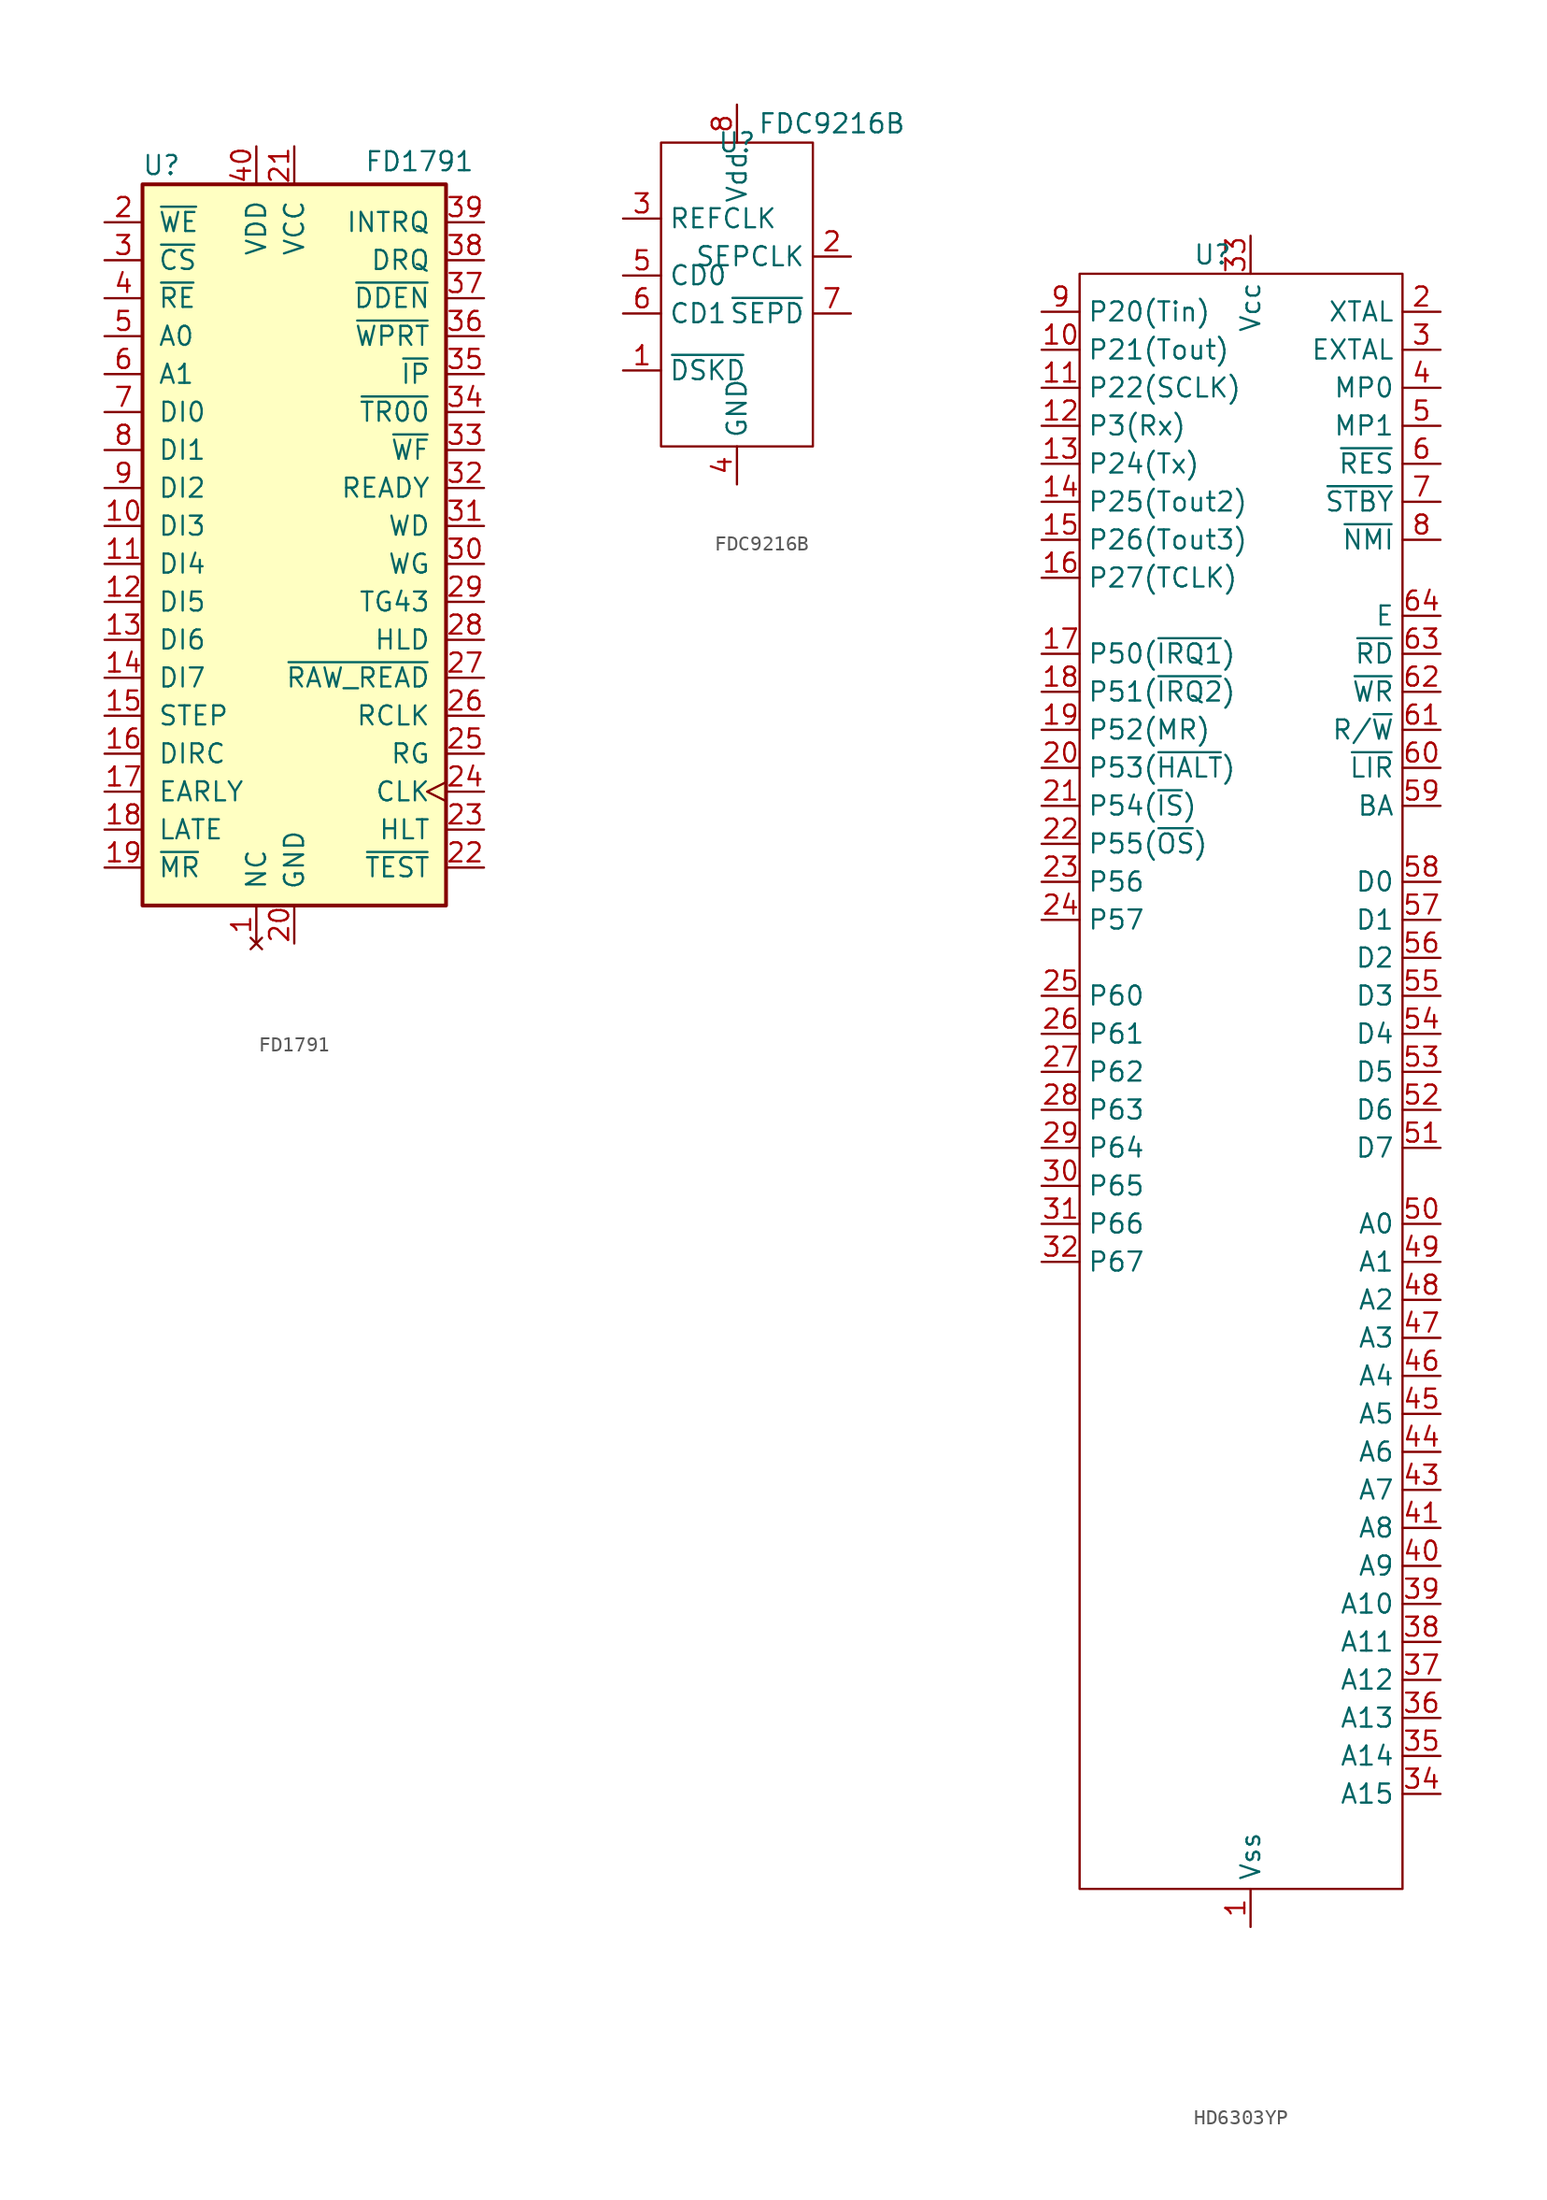
<source format=kicad_sym>
(kicad_symbol_lib
  (version 20231120)
  (generator "kicad_symbol_editor")
  (generator_version "8.0")
  (symbol "FD1791"
    (pin_names
      (offset 1.016))
    (property "Reference" "U"
      (at -8.89 24.13 0)
      (effects (font (size 1.27 1.27))))
    (property "Value" "FD1791"
      (at 8.382 24.384 0)
      (effects (font (size 1.27 1.27))))
    (symbol "FD1791_0_1"
      (rectangle (start -10.16 22.86) (end 10.16 -25.4) (stroke (width 0.254) (type default)) (fill (type background))))
    (symbol "FD1791_1_1"
      (pin no_connect line (at -2.54 -27.94 90) (length 2.54) (name "NC" (effects (font (size 1.27 1.27)))) (number "1" (effects (font (size 1.27 1.27)))))
      (pin tri_state line (at -12.7 0 0) (length 2.54) (name "DI3" (effects (font (size 1.27 1.27)))) (number "10" (effects (font (size 1.27 1.27)))))
      (pin tri_state line (at -12.7 -2.54 0) (length 2.54) (name "DI4" (effects (font (size 1.27 1.27)))) (number "11" (effects (font (size 1.27 1.27)))))
      (pin tri_state line (at -12.7 -5.08 0) (length 2.54) (name "DI5" (effects (font (size 1.27 1.27)))) (number "12" (effects (font (size 1.27 1.27)))))
      (pin tri_state line (at -12.7 -7.62 0) (length 2.54) (name "DI6" (effects (font (size 1.27 1.27)))) (number "13" (effects (font (size 1.27 1.27)))))
      (pin tri_state line (at -12.7 -10.16 0) (length 2.54) (name "DI7" (effects (font (size 1.27 1.27)))) (number "14" (effects (font (size 1.27 1.27)))))
      (pin output line (at -12.7 -12.7 0) (length 2.54) (name "STEP" (effects (font (size 1.27 1.27)))) (number "15" (effects (font (size 1.27 1.27)))))
      (pin output line (at -12.7 -15.24 0) (length 2.54) (name "DIRC" (effects (font (size 1.27 1.27)))) (number "16" (effects (font (size 1.27 1.27)))))
      (pin output line (at -12.7 -17.78 0) (length 2.54) (name "EARLY" (effects (font (size 1.27 1.27)))) (number "17" (effects (font (size 1.27 1.27)))))
      (pin output line (at -12.7 -20.32 0) (length 2.54) (name "LATE" (effects (font (size 1.27 1.27)))) (number "18" (effects (font (size 1.27 1.27)))))
      (pin input line (at -12.7 -22.86 0) (length 2.54) (name "~{MR}" (effects (font (size 1.27 1.27)))) (number "19" (effects (font (size 1.27 1.27)))))
      (pin input line (at -12.7 20.32 0) (length 2.54) (name "~{WE}" (effects (font (size 1.27 1.27)))) (number "2" (effects (font (size 1.27 1.27)))))
      (pin power_in line (at 0 -27.94 90) (length 2.54) (name "GND" (effects (font (size 1.27 1.27)))) (number "20" (effects (font (size 1.27 1.27)))))
      (pin power_in line (at 0 25.4 270) (length 2.54) (name "VCC" (effects (font (size 1.27 1.27)))) (number "21" (effects (font (size 1.27 1.27)))))
      (pin input line (at 12.7 -22.86 180) (length 2.54) (name "~{TEST}" (effects (font (size 1.27 1.27)))) (number "22" (effects (font (size 1.27 1.27)))))
      (pin input line (at 12.7 -20.32 180) (length 2.54) (name "HLT" (effects (font (size 1.27 1.27)))) (number "23" (effects (font (size 1.27 1.27)))))
      (pin input clock (at 12.7 -17.78 180) (length 2.54) (name "CLK" (effects (font (size 1.27 1.27)))) (number "24" (effects (font (size 1.27 1.27)))))
      (pin output line (at 12.7 -15.24 180) (length 2.54) (name "RG" (effects (font (size 1.27 1.27)))) (number "25" (effects (font (size 1.27 1.27)))))
      (pin input line (at 12.7 -12.7 180) (length 2.54) (name "RCLK" (effects (font (size 1.27 1.27)))) (number "26" (effects (font (size 1.27 1.27)))))
      (pin input line (at 12.7 -10.16 180) (length 2.54) (name "~{RAW_READ}" (effects (font (size 1.27 1.27)))) (number "27" (effects (font (size 1.27 1.27)))))
      (pin output line (at 12.7 -7.62 180) (length 2.54) (name "HLD" (effects (font (size 1.27 1.27)))) (number "28" (effects (font (size 1.27 1.27)))))
      (pin output line (at 12.7 -5.08 180) (length 2.54) (name "TG43" (effects (font (size 1.27 1.27)))) (number "29" (effects (font (size 1.27 1.27)))))
      (pin input line (at -12.7 17.78 0) (length 2.54) (name "~{CS}" (effects (font (size 1.27 1.27)))) (number "3" (effects (font (size 1.27 1.27)))))
      (pin output line (at 12.7 -2.54 180) (length 2.54) (name "WG" (effects (font (size 1.27 1.27)))) (number "30" (effects (font (size 1.27 1.27)))))
      (pin output line (at 12.7 0 180) (length 2.54) (name "WD" (effects (font (size 1.27 1.27)))) (number "31" (effects (font (size 1.27 1.27)))))
      (pin input line (at 12.7 2.54 180) (length 2.54) (name "READY" (effects (font (size 1.27 1.27)))) (number "32" (effects (font (size 1.27 1.27)))))
      (pin input line (at 12.7 5.08 180) (length 2.54) (name "~{WF}" (effects (font (size 1.27 1.27)))) (number "33" (effects (font (size 1.27 1.27)))))
      (pin input line (at 12.7 7.62 180) (length 2.54) (name "~{TR00}" (effects (font (size 1.27 1.27)))) (number "34" (effects (font (size 1.27 1.27)))))
      (pin input line (at 12.7 10.16 180) (length 2.54) (name "~{IP}" (effects (font (size 1.27 1.27)))) (number "35" (effects (font (size 1.27 1.27)))))
      (pin input line (at 12.7 12.7 180) (length 2.54) (name "~{WPRT}" (effects (font (size 1.27 1.27)))) (number "36" (effects (font (size 1.27 1.27)))))
      (pin input line (at 12.7 15.24 180) (length 2.54) (name "~{DDEN}" (effects (font (size 1.27 1.27)))) (number "37" (effects (font (size 1.27 1.27)))))
      (pin output line (at 12.7 17.78 180) (length 2.54) (name "DRQ" (effects (font (size 1.27 1.27)))) (number "38" (effects (font (size 1.27 1.27)))))
      (pin output line (at 12.7 20.32 180) (length 2.54) (name "INTRQ" (effects (font (size 1.27 1.27)))) (number "39" (effects (font (size 1.27 1.27)))))
      (pin input line (at -12.7 15.24 0) (length 2.54) (name "~{RE}" (effects (font (size 1.27 1.27)))) (number "4" (effects (font (size 1.27 1.27)))))
      (pin power_in line (at -2.54 25.4 270) (length 2.54) (name "VDD" (effects (font (size 1.27 1.27)))) (number "40" (effects (font (size 1.27 1.27)))))
      (pin input line (at -12.7 12.7 0) (length 2.54) (name "A0" (effects (font (size 1.27 1.27)))) (number "5" (effects (font (size 1.27 1.27)))))
      (pin input line (at -12.7 10.16 0) (length 2.54) (name "A1" (effects (font (size 1.27 1.27)))) (number "6" (effects (font (size 1.27 1.27)))))
      (pin tri_state line (at -12.7 7.62 0) (length 2.54) (name "DI0" (effects (font (size 1.27 1.27)))) (number "7" (effects (font (size 1.27 1.27)))))
      (pin tri_state line (at -12.7 5.08 0) (length 2.54) (name "DI1" (effects (font (size 1.27 1.27)))) (number "8" (effects (font (size 1.27 1.27)))))
      (pin tri_state line (at -12.7 2.54 0) (length 2.54) (name "DI2" (effects (font (size 1.27 1.27)))) (number "9" (effects (font (size 1.27 1.27)))))))
  (symbol "FDC9216B"
    (property "Reference" "U"
      (at 0 0 0)
      (effects (font (size 1.27 1.27))))
    (property "Value" "FDC9216B"
      (at 6.35 1.27 0)
      (effects (font (size 1.27 1.27))))
    (symbol "FDC9216B_0_1"
      (rectangle (start -5.08 0) (end 5.08 -20.32) (stroke (width 0.152) (type default)) (fill (type none))))
    (symbol "FDC9216B_1_1"
      (pin input line (at -7.62 -15.24 0) (length 2.54) (name "~{DSKD}" (effects (font (size 1.27 1.27)))) (number "1" (effects (font (size 1.27 1.27)))))
      (pin output line (at 7.62 -7.62 180) (length 2.54) (name "SEPCLK" (effects (font (size 1.27 1.27)))) (number "2" (effects (font (size 1.27 1.27)))))
      (pin input line (at -7.62 -5.08 0) (length 2.54) (name "REFCLK" (effects (font (size 1.27 1.27)))) (number "3" (effects (font (size 1.27 1.27)))))
      (pin power_in line (at 0 -22.86 90) (length 2.54) (name "GND" (effects (font (size 1.27 1.27)))) (number "4" (effects (font (size 1.27 1.27)))))
      (pin input line (at -7.62 -8.89 0) (length 2.54) (name "CD0" (effects (font (size 1.27 1.27)))) (number "5" (effects (font (size 1.27 1.27)))))
      (pin input line (at -7.62 -11.43 0) (length 2.54) (name "CD1" (effects (font (size 1.27 1.27)))) (number "6" (effects (font (size 1.27 1.27)))))
      (pin output line (at 7.62 -11.43 180) (length 2.54) (name "~{SEPD}" (effects (font (size 1.27 1.27)))) (number "7" (effects (font (size 1.27 1.27)))))
      (pin power_in line (at 0 2.54 270) (length 2.54) (name "Vdd" (effects (font (size 1.27 1.27)))) (number "8" (effects (font (size 1.27 1.27)))))))
  (symbol "HD6303YP"
    (property "Reference" "U"
      (at -2.54 0 0)
      (effects (font (size 1.27 1.27))))
    (property "Value" ""
      (at -2.54 0 0)
      (effects (font (size 1.27 1.27))))
    (symbol "HD6303YP_0_1"
      (rectangle (start -11.43 -1.27) (end 10.16 -109.22) (stroke (width 0) (type default)) (fill (type none))))
    (symbol "HD6303YP_1_1"
      (pin power_in line (at 0 -111.76 90) (length 2.54) (name "Vss" (effects (font (size 1.27 1.27)))) (number "1" (effects (font (size 1.27 1.27)))))
      (pin bidirectional line (at -13.97 -6.35 0) (length 2.54) (name "P21(Tout)" (effects (font (size 1.27 1.27)))) (number "10" (effects (font (size 1.27 1.27)))))
      (pin bidirectional line (at -13.97 -8.89 0) (length 2.54) (name "P22(SCLK)" (effects (font (size 1.27 1.27)))) (number "11" (effects (font (size 1.27 1.27)))))
      (pin bidirectional line (at -13.97 -11.43 0) (length 2.54) (name "P3(Rx)" (effects (font (size 1.27 1.27)))) (number "12" (effects (font (size 1.27 1.27)))))
      (pin bidirectional line (at -13.97 -13.97 0) (length 2.54) (name "P24(Tx)" (effects (font (size 1.27 1.27)))) (number "13" (effects (font (size 1.27 1.27)))))
      (pin bidirectional line (at -13.97 -16.51 0) (length 2.54) (name "P25(Tout2)" (effects (font (size 1.27 1.27)))) (number "14" (effects (font (size 1.27 1.27)))))
      (pin bidirectional line (at -13.97 -19.05 0) (length 2.54) (name "P26(Tout3)" (effects (font (size 1.27 1.27)))) (number "15" (effects (font (size 1.27 1.27)))))
      (pin bidirectional line (at -13.97 -21.59 0) (length 2.54) (name "P27(TCLK)" (effects (font (size 1.27 1.27)))) (number "16" (effects (font (size 1.27 1.27)))))
      (pin bidirectional line (at -13.97 -26.67 0) (length 2.54) (name "P50(~{IRQ1})" (effects (font (size 1.27 1.27)))) (number "17" (effects (font (size 1.27 1.27)))))
      (pin bidirectional line (at -13.97 -29.21 0) (length 2.54) (name "P51(~{IRQ2})" (effects (font (size 1.27 1.27)))) (number "18" (effects (font (size 1.27 1.27)))))
      (pin bidirectional line (at -13.97 -31.75 0) (length 2.54) (name "P52(MR)" (effects (font (size 1.27 1.27)))) (number "19" (effects (font (size 1.27 1.27)))))
      (pin input line (at 12.7 -3.81 180) (length 2.54) (name "XTAL" (effects (font (size 1.27 1.27)))) (number "2" (effects (font (size 1.27 1.27)))))
      (pin bidirectional line (at -13.97 -34.29 0) (length 2.54) (name "P53(~{HALT})" (effects (font (size 1.27 1.27)))) (number "20" (effects (font (size 1.27 1.27)))))
      (pin bidirectional line (at -13.97 -36.83 0) (length 2.54) (name "P54(~{IS})" (effects (font (size 1.27 1.27)))) (number "21" (effects (font (size 1.27 1.27)))))
      (pin bidirectional line (at -13.97 -39.37 0) (length 2.54) (name "P55(~{OS})" (effects (font (size 1.27 1.27)))) (number "22" (effects (font (size 1.27 1.27)))))
      (pin bidirectional line (at -13.97 -41.91 0) (length 2.54) (name "P56" (effects (font (size 1.27 1.27)))) (number "23" (effects (font (size 1.27 1.27)))))
      (pin bidirectional line (at -13.97 -44.45 0) (length 2.54) (name "P57" (effects (font (size 1.27 1.27)))) (number "24" (effects (font (size 1.27 1.27)))))
      (pin bidirectional line (at -13.97 -49.53 0) (length 2.54) (name "P60" (effects (font (size 1.27 1.27)))) (number "25" (effects (font (size 1.27 1.27)))))
      (pin bidirectional line (at -13.97 -52.07 0) (length 2.54) (name "P61" (effects (font (size 1.27 1.27)))) (number "26" (effects (font (size 1.27 1.27)))))
      (pin bidirectional line (at -13.97 -54.61 0) (length 2.54) (name "P62" (effects (font (size 1.27 1.27)))) (number "27" (effects (font (size 1.27 1.27)))))
      (pin bidirectional line (at -13.97 -57.15 0) (length 2.54) (name "P63" (effects (font (size 1.27 1.27)))) (number "28" (effects (font (size 1.27 1.27)))))
      (pin bidirectional line (at -13.97 -59.69 0) (length 2.54) (name "P64" (effects (font (size 1.27 1.27)))) (number "29" (effects (font (size 1.27 1.27)))))
      (pin output line (at 12.7 -6.35 180) (length 2.54) (name "EXTAL" (effects (font (size 1.27 1.27)))) (number "3" (effects (font (size 1.27 1.27)))))
      (pin bidirectional line (at -13.97 -62.23 0) (length 2.54) (name "P65" (effects (font (size 1.27 1.27)))) (number "30" (effects (font (size 1.27 1.27)))))
      (pin bidirectional line (at -13.97 -64.77 0) (length 2.54) (name "P66" (effects (font (size 1.27 1.27)))) (number "31" (effects (font (size 1.27 1.27)))))
      (pin bidirectional line (at -13.97 -67.31 0) (length 2.54) (name "P67" (effects (font (size 1.27 1.27)))) (number "32" (effects (font (size 1.27 1.27)))))
      (pin power_in line (at 0 1.27 270) (length 2.54) (name "Vcc" (effects (font (size 1.27 1.27)))) (number "33" (effects (font (size 1.27 1.27)))))
      (pin output line (at 12.7 -102.87 180) (length 2.54) (name "A15" (effects (font (size 1.27 1.27)))) (number "34" (effects (font (size 1.27 1.27)))))
      (pin output line (at 12.7 -100.33 180) (length 2.54) (name "A14" (effects (font (size 1.27 1.27)))) (number "35" (effects (font (size 1.27 1.27)))))
      (pin output line (at 12.7 -97.79 180) (length 2.54) (name "A13" (effects (font (size 1.27 1.27)))) (number "36" (effects (font (size 1.27 1.27)))))
      (pin output line (at 12.7 -95.25 180) (length 2.54) (name "A12" (effects (font (size 1.27 1.27)))) (number "37" (effects (font (size 1.27 1.27)))))
      (pin output line (at 12.7 -92.71 180) (length 2.54) (name "A11" (effects (font (size 1.27 1.27)))) (number "38" (effects (font (size 1.27 1.27)))))
      (pin output line (at 12.7 -90.17 180) (length 2.54) (name "A10" (effects (font (size 1.27 1.27)))) (number "39" (effects (font (size 1.27 1.27)))))
      (pin input line (at 12.7 -8.89 180) (length 2.54) (name "MP0" (effects (font (size 1.27 1.27)))) (number "4" (effects (font (size 1.27 1.27)))))
      (pin output line (at 12.7 -87.63 180) (length 2.54) (name "A9" (effects (font (size 1.27 1.27)))) (number "40" (effects (font (size 1.27 1.27)))))
      (pin output line (at 12.7 -85.09 180) (length 2.54) (name "A8" (effects (font (size 1.27 1.27)))) (number "41" (effects (font (size 1.27 1.27)))))
      (pin output line (at 12.7 -82.55 180) (length 2.54) (name "A7" (effects (font (size 1.27 1.27)))) (number "43" (effects (font (size 1.27 1.27)))))
      (pin output line (at 12.7 -80.01 180) (length 2.54) (name "A6" (effects (font (size 1.27 1.27)))) (number "44" (effects (font (size 1.27 1.27)))))
      (pin output line (at 12.7 -77.47 180) (length 2.54) (name "A5" (effects (font (size 1.27 1.27)))) (number "45" (effects (font (size 1.27 1.27)))))
      (pin output line (at 12.7 -74.93 180) (length 2.54) (name "A4" (effects (font (size 1.27 1.27)))) (number "46" (effects (font (size 1.27 1.27)))))
      (pin output line (at 12.7 -72.39 180) (length 2.54) (name "A3" (effects (font (size 1.27 1.27)))) (number "47" (effects (font (size 1.27 1.27)))))
      (pin output line (at 12.7 -69.85 180) (length 2.54) (name "A2" (effects (font (size 1.27 1.27)))) (number "48" (effects (font (size 1.27 1.27)))))
      (pin output line (at 12.7 -67.31 180) (length 2.54) (name "A1" (effects (font (size 1.27 1.27)))) (number "49" (effects (font (size 1.27 1.27)))))
      (pin input line (at 12.7 -11.43 180) (length 2.54) (name "MP1" (effects (font (size 1.27 1.27)))) (number "5" (effects (font (size 1.27 1.27)))))
      (pin output line (at 12.7 -64.77 180) (length 2.54) (name "A0" (effects (font (size 1.27 1.27)))) (number "50" (effects (font (size 1.27 1.27)))))
      (pin bidirectional line (at 12.7 -59.69 180) (length 2.54) (name "D7" (effects (font (size 1.27 1.27)))) (number "51" (effects (font (size 1.27 1.27)))))
      (pin bidirectional line (at 12.7 -57.15 180) (length 2.54) (name "D6" (effects (font (size 1.27 1.27)))) (number "52" (effects (font (size 1.27 1.27)))))
      (pin bidirectional line (at 12.7 -54.61 180) (length 2.54) (name "D5" (effects (font (size 1.27 1.27)))) (number "53" (effects (font (size 1.27 1.27)))))
      (pin bidirectional line (at 12.7 -52.07 180) (length 2.54) (name "D4" (effects (font (size 1.27 1.27)))) (number "54" (effects (font (size 1.27 1.27)))))
      (pin bidirectional line (at 12.7 -49.53 180) (length 2.54) (name "D3" (effects (font (size 1.27 1.27)))) (number "55" (effects (font (size 1.27 1.27)))))
      (pin bidirectional line (at 12.7 -46.99 180) (length 2.54) (name "D2" (effects (font (size 1.27 1.27)))) (number "56" (effects (font (size 1.27 1.27)))))
      (pin bidirectional line (at 12.7 -44.45 180) (length 2.54) (name "D1" (effects (font (size 1.27 1.27)))) (number "57" (effects (font (size 1.27 1.27)))))
      (pin bidirectional line (at 12.7 -41.91 180) (length 2.54) (name "D0" (effects (font (size 1.27 1.27)))) (number "58" (effects (font (size 1.27 1.27)))))
      (pin output line (at 12.7 -36.83 180) (length 2.54) (name "BA" (effects (font (size 1.27 1.27)))) (number "59" (effects (font (size 1.27 1.27)))))
      (pin input line (at 12.7 -13.97 180) (length 2.54) (name "~{RES}" (effects (font (size 1.27 1.27)))) (number "6" (effects (font (size 1.27 1.27)))))
      (pin output line (at 12.7 -34.29 180) (length 2.54) (name "~{LIR}" (effects (font (size 1.27 1.27)))) (number "60" (effects (font (size 1.27 1.27)))))
      (pin output line (at 12.7 -31.75 180) (length 2.54) (name "R/~{W}" (effects (font (size 1.27 1.27)))) (number "61" (effects (font (size 1.27 1.27)))))
      (pin output line (at 12.7 -29.21 180) (length 2.54) (name "~{WR}" (effects (font (size 1.27 1.27)))) (number "62" (effects (font (size 1.27 1.27)))))
      (pin output line (at 12.7 -26.67 180) (length 2.54) (name "~{RD}" (effects (font (size 1.27 1.27)))) (number "63" (effects (font (size 1.27 1.27)))))
      (pin output line (at 12.7 -24.13 180) (length 2.54) (name "E" (effects (font (size 1.27 1.27)))) (number "64" (effects (font (size 1.27 1.27)))))
      (pin input line (at 12.7 -16.51 180) (length 2.54) (name "~{STBY}" (effects (font (size 1.27 1.27)))) (number "7" (effects (font (size 1.27 1.27)))))
      (pin input line (at 12.7 -19.05 180) (length 2.54) (name "~{NMI}" (effects (font (size 1.27 1.27)))) (number "8" (effects (font (size 1.27 1.27)))))
      (pin bidirectional line (at -13.97 -3.81 0) (length 2.54) (name "P20(Tin)" (effects (font (size 1.27 1.27)))) (number "9" (effects (font (size 1.27 1.27))))))))
</source>
